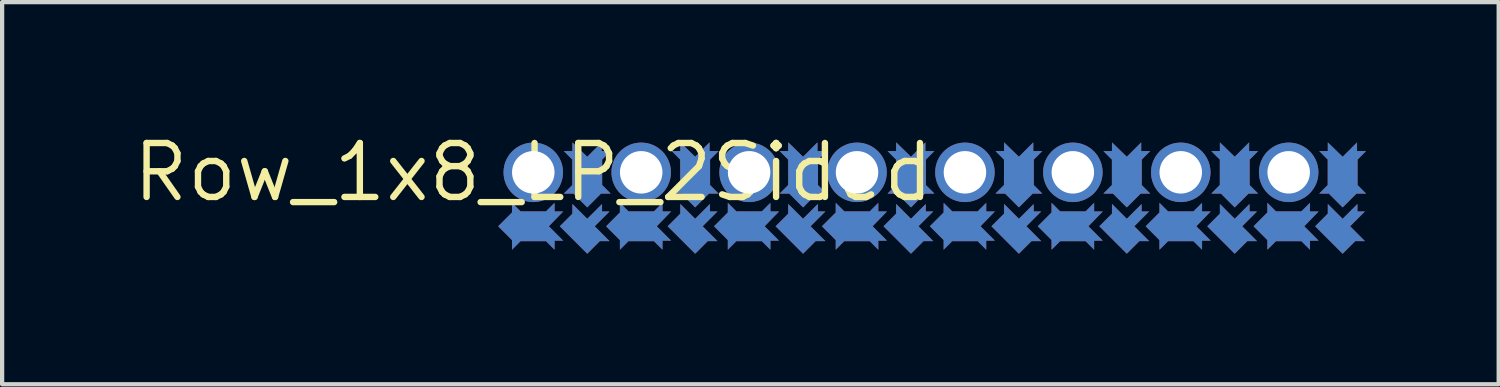
<source format=kicad_pcb>
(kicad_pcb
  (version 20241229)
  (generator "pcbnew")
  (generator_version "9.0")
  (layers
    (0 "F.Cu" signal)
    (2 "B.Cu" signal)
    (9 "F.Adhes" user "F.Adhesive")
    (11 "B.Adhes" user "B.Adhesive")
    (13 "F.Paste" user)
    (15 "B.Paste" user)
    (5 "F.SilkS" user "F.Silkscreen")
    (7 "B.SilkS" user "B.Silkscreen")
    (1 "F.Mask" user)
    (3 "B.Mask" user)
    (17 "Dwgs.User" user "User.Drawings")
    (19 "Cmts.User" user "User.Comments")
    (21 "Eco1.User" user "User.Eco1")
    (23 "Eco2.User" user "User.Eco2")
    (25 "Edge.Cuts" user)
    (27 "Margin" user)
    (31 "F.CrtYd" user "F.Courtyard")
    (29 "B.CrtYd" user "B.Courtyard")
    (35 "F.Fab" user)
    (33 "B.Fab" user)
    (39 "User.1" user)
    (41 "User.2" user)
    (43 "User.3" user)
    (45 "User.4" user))
  (footprint "Row_1x8_LP_2Sided"
    (layer "F.Cu")
    (at 9.502 1.006)
    (property "Reference" "Row_1x8_LP_2Sided" (at 0 0 0) (layer "F.SilkS") (effects (font (size 1.27 1.27) (thickness 0.15))))
    (fp_poly (pts (xy 1.27 1.094) (xy 1.618 0.746) (xy 1.618 0.922) (xy 1.794 0.922) (xy 1.446 1.27) (xy 1.795 1.619) (xy 1.567 1.619) (xy 1.27 1.916) (xy 0.624 1.27) (xy 0.921 0.973) (xy 0.921 0.745)) (stroke (width 0) (type default)) (fill yes) (layer "F.Cu"))
    (fp_poly (pts (xy 3.81 1.094) (xy 4.158 0.746) (xy 4.158 0.922) (xy 4.334 0.922) (xy 3.986 1.27) (xy 4.335 1.619) (xy 4.107 1.619) (xy 3.81 1.916) (xy 3.164 1.27) (xy 3.461 0.973) (xy 3.461 0.745)) (stroke (width 0) (type default)) (fill yes) (layer "F.Cu"))
    (fp_poly (pts (xy 6.35 1.094) (xy 6.698 0.746) (xy 6.698 0.922) (xy 6.874 0.922) (xy 6.526 1.27) (xy 6.875 1.619) (xy 6.647 1.619) (xy 6.35 1.916) (xy 5.704 1.27) (xy 6.001 0.973) (xy 6.001 0.745)) (stroke (width 0) (type default)) (fill yes) (layer "F.Cu"))
    (fp_poly (pts (xy 8.89 1.094) (xy 9.238 0.746) (xy 9.238 0.922) (xy 9.414 0.922) (xy 9.066 1.27) (xy 9.415 1.619) (xy 9.187 1.619) (xy 8.89 1.916) (xy 8.244 1.27) (xy 8.541 0.973) (xy 8.541 0.745)) (stroke (width 0) (type default)) (fill yes) (layer "F.Cu"))
    (fp_poly (pts (xy 11.43 1.094) (xy 11.778 0.746) (xy 11.778 0.922) (xy 11.954 0.922) (xy 11.606 1.27) (xy 11.955 1.619) (xy 11.727 1.619) (xy 11.43 1.916) (xy 10.784 1.27) (xy 11.081 0.973) (xy 11.081 0.745)) (stroke (width 0) (type default)) (fill yes) (layer "F.Cu"))
    (fp_poly (pts (xy 13.97 1.094) (xy 14.318 0.746) (xy 14.318 0.922) (xy 14.494 0.922) (xy 14.146 1.27) (xy 14.495 1.619) (xy 14.267 1.619) (xy 13.97 1.916) (xy 13.324 1.27) (xy 13.621 0.973) (xy 13.621 0.745)) (stroke (width 0) (type default)) (fill yes) (layer "F.Cu"))
    (fp_poly (pts (xy 16.51 1.094) (xy 16.858 0.746) (xy 16.858 0.922) (xy 17.034 0.922) (xy 16.686 1.27) (xy 17.035 1.619) (xy 16.807 1.619) (xy 16.51 1.916) (xy 15.864 1.27) (xy 16.161 0.973) (xy 16.161 0.745)) (stroke (width 0) (type default)) (fill yes) (layer "F.Cu"))
    (fp_poly (pts (xy 19.05 1.094) (xy 19.398 0.746) (xy 19.398 0.922) (xy 19.574 0.922) (xy 19.226 1.27) (xy 19.575 1.619) (xy 19.347 1.619) (xy 19.05 1.916) (xy 18.404 1.27) (xy 18.701 0.973) (xy 18.701 0.745)) (stroke (width 0) (type default)) (fill yes) (layer "F.Cu"))
    (fp_poly (pts (xy 0.501 0.921) (xy 0.705 0.921) (xy 0.366 1.27) (xy 0.705 1.609) (xy 0.501 1.609) (xy 0.501 1.822) (xy 0.3 1.621) (xy -0.3 1.621) (xy -0.501 1.822) (xy -0.501 1.595) (xy -0.826 1.27) (xy -0.501 0.945) (xy -0.501 0.718) (xy -0.3 0.919) (xy 0.3 0.919) (xy 0.501 0.718)) (stroke (width 0) (type default)) (fill yes) (layer "F.Cu"))
    (fp_poly (pts (xy 1.609 -0.501) (xy 1.822 -0.501) (xy 1.621 -0.3) (xy 1.621 0.3) (xy 1.822 0.501) (xy 1.595 0.501) (xy 1.27 0.826) (xy 0.945 0.501) (xy 0.718 0.501) (xy 0.919 0.3) (xy 0.919 -0.3) (xy 0.718 -0.501) (xy 0.921 -0.501) (xy 0.921 -0.705) (xy 1.27 -0.366) (xy 1.609 -0.705)) (stroke (width 0) (type default)) (fill yes) (layer "F.Cu"))
    (fp_poly (pts (xy 3.041 0.921) (xy 3.245 0.921) (xy 2.906 1.27) (xy 3.245 1.609) (xy 3.041 1.609) (xy 3.041 1.822) (xy 2.84 1.621) (xy 2.24 1.621) (xy 2.039 1.822) (xy 2.039 1.595) (xy 1.714 1.27) (xy 2.039 0.945) (xy 2.039 0.718) (xy 2.24 0.919) (xy 2.84 0.919) (xy 3.041 0.718)) (stroke (width 0) (type default)) (fill yes) (layer "F.Cu"))
    (fp_poly (pts (xy 4.149 -0.501) (xy 4.362 -0.501) (xy 4.161 -0.3) (xy 4.161 0.3) (xy 4.362 0.501) (xy 4.135 0.501) (xy 3.81 0.826) (xy 3.485 0.501) (xy 3.258 0.501) (xy 3.459 0.3) (xy 3.459 -0.3) (xy 3.258 -0.501) (xy 3.461 -0.501) (xy 3.461 -0.705) (xy 3.81 -0.366) (xy 4.149 -0.705)) (stroke (width 0) (type default)) (fill yes) (layer "F.Cu"))
    (fp_poly (pts (xy 5.581 0.921) (xy 5.785 0.921) (xy 5.446 1.27) (xy 5.785 1.609) (xy 5.581 1.609) (xy 5.581 1.822) (xy 5.38 1.621) (xy 4.78 1.621) (xy 4.579 1.822) (xy 4.579 1.595) (xy 4.254 1.27) (xy 4.579 0.945) (xy 4.579 0.718) (xy 4.78 0.919) (xy 5.38 0.919) (xy 5.581 0.718)) (stroke (width 0) (type default)) (fill yes) (layer "F.Cu"))
    (fp_poly (pts (xy 6.689 -0.501) (xy 6.902 -0.501) (xy 6.701 -0.3) (xy 6.701 0.3) (xy 6.902 0.501) (xy 6.675 0.501) (xy 6.35 0.826) (xy 6.025 0.501) (xy 5.798 0.501) (xy 5.999 0.3) (xy 5.999 -0.3) (xy 5.798 -0.501) (xy 6.001 -0.501) (xy 6.001 -0.705) (xy 6.35 -0.366) (xy 6.689 -0.705)) (stroke (width 0) (type default)) (fill yes) (layer "F.Cu"))
    (fp_poly (pts (xy 8.121 0.921) (xy 8.325 0.921) (xy 7.986 1.27) (xy 8.325 1.609) (xy 8.121 1.609) (xy 8.121 1.822) (xy 7.92 1.621) (xy 7.32 1.621) (xy 7.119 1.822) (xy 7.119 1.595) (xy 6.794 1.27) (xy 7.119 0.945) (xy 7.119 0.718) (xy 7.32 0.919) (xy 7.92 0.919) (xy 8.121 0.718)) (stroke (width 0) (type default)) (fill yes) (layer "F.Cu"))
    (fp_poly (pts (xy 9.229 -0.501) (xy 9.442 -0.501) (xy 9.241 -0.3) (xy 9.241 0.3) (xy 9.442 0.501) (xy 9.215 0.501) (xy 8.89 0.826) (xy 8.565 0.501) (xy 8.338 0.501) (xy 8.539 0.3) (xy 8.539 -0.3) (xy 8.338 -0.501) (xy 8.541 -0.501) (xy 8.541 -0.705) (xy 8.89 -0.366) (xy 9.229 -0.705)) (stroke (width 0) (type default)) (fill yes) (layer "F.Cu"))
    (fp_poly (pts (xy 10.661 0.921) (xy 10.865 0.921) (xy 10.526 1.27) (xy 10.865 1.609) (xy 10.661 1.609) (xy 10.661 1.822) (xy 10.46 1.621) (xy 9.86 1.621) (xy 9.659 1.822) (xy 9.659 1.595) (xy 9.334 1.27) (xy 9.659 0.945) (xy 9.659 0.718) (xy 9.86 0.919) (xy 10.46 0.919) (xy 10.661 0.718)) (stroke (width 0) (type default)) (fill yes) (layer "F.Cu"))
    (fp_poly (pts (xy 11.769 -0.501) (xy 11.982 -0.501) (xy 11.781 -0.3) (xy 11.781 0.3) (xy 11.982 0.501) (xy 11.755 0.501) (xy 11.43 0.826) (xy 11.105 0.501) (xy 10.878 0.501) (xy 11.079 0.3) (xy 11.079 -0.3) (xy 10.878 -0.501) (xy 11.081 -0.501) (xy 11.081 -0.705) (xy 11.43 -0.366) (xy 11.769 -0.705)) (stroke (width 0) (type default)) (fill yes) (layer "F.Cu"))
    (fp_poly (pts (xy 13.201 0.921) (xy 13.405 0.921) (xy 13.066 1.27) (xy 13.405 1.609) (xy 13.201 1.609) (xy 13.201 1.822) (xy 13 1.621) (xy 12.4 1.621) (xy 12.199 1.822) (xy 12.199 1.595) (xy 11.874 1.27) (xy 12.199 0.945) (xy 12.199 0.718) (xy 12.4 0.919) (xy 13 0.919) (xy 13.201 0.718)) (stroke (width 0) (type default)) (fill yes) (layer "F.Cu"))
    (fp_poly (pts (xy 14.309 -0.501) (xy 14.522 -0.501) (xy 14.321 -0.3) (xy 14.321 0.3) (xy 14.522 0.501) (xy 14.295 0.501) (xy 13.97 0.826) (xy 13.645 0.501) (xy 13.418 0.501) (xy 13.619 0.3) (xy 13.619 -0.3) (xy 13.418 -0.501) (xy 13.621 -0.501) (xy 13.621 -0.705) (xy 13.97 -0.366) (xy 14.309 -0.705)) (stroke (width 0) (type default)) (fill yes) (layer "F.Cu"))
    (fp_poly (pts (xy 15.741 0.921) (xy 15.945 0.921) (xy 15.606 1.27) (xy 15.945 1.609) (xy 15.741 1.609) (xy 15.741 1.822) (xy 15.54 1.621) (xy 14.94 1.621) (xy 14.739 1.822) (xy 14.739 1.595) (xy 14.414 1.27) (xy 14.739 0.945) (xy 14.739 0.718) (xy 14.94 0.919) (xy 15.54 0.919) (xy 15.741 0.718)) (stroke (width 0) (type default)) (fill yes) (layer "F.Cu"))
    (fp_poly (pts (xy 16.849 -0.501) (xy 17.062 -0.501) (xy 16.861 -0.3) (xy 16.861 0.3) (xy 17.062 0.501) (xy 16.835 0.501) (xy 16.51 0.826) (xy 16.185 0.501) (xy 15.958 0.501) (xy 16.159 0.3) (xy 16.159 -0.3) (xy 15.958 -0.501) (xy 16.161 -0.501) (xy 16.161 -0.705) (xy 16.51 -0.366) (xy 16.849 -0.705)) (stroke (width 0) (type default)) (fill yes) (layer "F.Cu"))
    (fp_poly (pts (xy 18.281 0.921) (xy 18.485 0.921) (xy 18.146 1.27) (xy 18.485 1.609) (xy 18.281 1.609) (xy 18.281 1.822) (xy 18.08 1.621) (xy 17.48 1.621) (xy 17.279 1.822) (xy 17.279 1.595) (xy 16.954 1.27) (xy 17.279 0.945) (xy 17.279 0.718) (xy 17.48 0.919) (xy 18.08 0.919) (xy 18.281 0.718)) (stroke (width 0) (type default)) (fill yes) (layer "F.Cu"))
    (fp_poly (pts (xy 19.389 -0.501) (xy 19.602 -0.501) (xy 19.401 -0.3) (xy 19.401 0.3) (xy 19.602 0.501) (xy 19.375 0.501) (xy 19.05 0.826) (xy 18.725 0.501) (xy 18.498 0.501) (xy 18.699 0.3) (xy 18.699 -0.3) (xy 18.498 -0.501) (xy 18.701 -0.501) (xy 18.701 -0.705) (xy 19.05 -0.366) (xy 19.389 -0.705)) (stroke (width 0) (type default)) (fill yes) (layer "F.Cu"))
    (fp_poly (pts (xy 1.27 1.023) (xy 1.668 0.625) (xy 1.668 0.872) (xy 1.915 0.872) (xy 1.517 1.27) (xy 1.916 1.669) (xy 1.588 1.669) (xy 1.27 1.987) (xy 0.553 1.27) (xy 0.871 0.952) (xy 0.871 0.624)) (stroke (width 0) (type default)) (fill yes) (layer "F.Mask"))
    (fp_poly (pts (xy 3.81 1.023) (xy 4.208 0.625) (xy 4.208 0.872) (xy 4.455 0.872) (xy 4.057 1.27) (xy 4.456 1.669) (xy 4.128 1.669) (xy 3.81 1.987) (xy 3.093 1.27) (xy 3.411 0.952) (xy 3.411 0.624)) (stroke (width 0) (type default)) (fill yes) (layer "F.Mask"))
    (fp_poly (pts (xy 6.35 1.023) (xy 6.748 0.625) (xy 6.748 0.872) (xy 6.995 0.872) (xy 6.597 1.27) (xy 6.996 1.669) (xy 6.668 1.669) (xy 6.35 1.987) (xy 5.633 1.27) (xy 5.951 0.952) (xy 5.951 0.624)) (stroke (width 0) (type default)) (fill yes) (layer "F.Mask"))
    (fp_poly (pts (xy 8.89 1.023) (xy 9.288 0.625) (xy 9.288 0.872) (xy 9.535 0.872) (xy 9.137 1.27) (xy 9.536 1.669) (xy 9.208 1.669) (xy 8.89 1.987) (xy 8.173 1.27) (xy 8.491 0.952) (xy 8.491 0.624)) (stroke (width 0) (type default)) (fill yes) (layer "F.Mask"))
    (fp_poly (pts (xy 11.43 1.023) (xy 11.828 0.625) (xy 11.828 0.872) (xy 12.075 0.872) (xy 11.677 1.27) (xy 12.076 1.669) (xy 11.748 1.669) (xy 11.43 1.987) (xy 10.713 1.27) (xy 11.031 0.952) (xy 11.031 0.624)) (stroke (width 0) (type default)) (fill yes) (layer "F.Mask"))
    (fp_poly (pts (xy 13.97 1.023) (xy 14.368 0.625) (xy 14.368 0.872) (xy 14.615 0.872) (xy 14.217 1.27) (xy 14.616 1.669) (xy 14.288 1.669) (xy 13.97 1.987) (xy 13.253 1.27) (xy 13.571 0.952) (xy 13.571 0.624)) (stroke (width 0) (type default)) (fill yes) (layer "F.Mask"))
    (fp_poly (pts (xy 16.51 1.023) (xy 16.908 0.625) (xy 16.908 0.872) (xy 17.155 0.872) (xy 16.757 1.27) (xy 17.156 1.669) (xy 16.828 1.669) (xy 16.51 1.987) (xy 15.793 1.27) (xy 16.111 0.952) (xy 16.111 0.624)) (stroke (width 0) (type default)) (fill yes) (layer "F.Mask"))
    (fp_poly (pts (xy 19.05 1.023) (xy 19.448 0.625) (xy 19.448 0.872) (xy 19.695 0.872) (xy 19.297 1.27) (xy 19.696 1.669) (xy 19.368 1.669) (xy 19.05 1.987) (xy 18.333 1.27) (xy 18.651 0.952) (xy 18.651 0.624)) (stroke (width 0) (type default)) (fill yes) (layer "F.Mask"))
    (fp_poly (pts (xy 0.551 0.871) (xy 0.823 0.871) (xy 0.436 1.269) (xy 0.826 1.659) (xy 0.551 1.659) (xy 0.551 1.943) (xy 0.279 1.671) (xy -0.279 1.671) (xy -0.551 1.943) (xy -0.551 1.616) (xy -0.897 1.27) (xy -0.551 0.924) (xy -0.551 0.597) (xy -0.279 0.869) (xy 0.279 0.869) (xy 0.551 0.597)) (stroke (width 0) (type default)) (fill yes) (layer "F.Mask"))
    (fp_poly (pts (xy 1.659 -0.551) (xy 1.943 -0.551) (xy 1.671 -0.279) (xy 1.671 0.279) (xy 1.943 0.551) (xy 1.616 0.551) (xy 1.27 0.897) (xy 0.924 0.551) (xy 0.597 0.551) (xy 0.869 0.279) (xy 0.869 -0.279) (xy 0.597 -0.551) (xy 0.871 -0.551) (xy 0.871 -0.823) (xy 1.269 -0.436) (xy 1.659 -0.826)) (stroke (width 0) (type default)) (fill yes) (layer "F.Mask"))
    (fp_poly (pts (xy 3.091 0.871) (xy 3.363 0.871) (xy 2.976 1.269) (xy 3.366 1.659) (xy 3.091 1.659) (xy 3.091 1.943) (xy 2.819 1.671) (xy 2.261 1.671) (xy 1.989 1.943) (xy 1.989 1.616) (xy 1.643 1.27) (xy 1.989 0.924) (xy 1.989 0.597) (xy 2.261 0.869) (xy 2.819 0.869) (xy 3.091 0.597)) (stroke (width 0) (type default)) (fill yes) (layer "F.Mask"))
    (fp_poly (pts (xy 4.199 -0.551) (xy 4.483 -0.551) (xy 4.211 -0.279) (xy 4.211 0.279) (xy 4.483 0.551) (xy 4.156 0.551) (xy 3.81 0.897) (xy 3.464 0.551) (xy 3.137 0.551) (xy 3.409 0.279) (xy 3.409 -0.279) (xy 3.137 -0.551) (xy 3.411 -0.551) (xy 3.411 -0.823) (xy 3.81 -0.436) (xy 4.199 -0.826)) (stroke (width 0) (type default)) (fill yes) (layer "F.Mask"))
    (fp_poly (pts (xy 5.631 0.871) (xy 5.903 0.871) (xy 5.516 1.269) (xy 5.906 1.659) (xy 5.631 1.659) (xy 5.631 1.943) (xy 5.359 1.671) (xy 4.801 1.671) (xy 4.529 1.943) (xy 4.529 1.616) (xy 4.183 1.27) (xy 4.529 0.924) (xy 4.529 0.597) (xy 4.801 0.869) (xy 5.359 0.869) (xy 5.631 0.597)) (stroke (width 0) (type default)) (fill yes) (layer "F.Mask"))
    (fp_poly (pts (xy 6.739 -0.551) (xy 7.023 -0.551) (xy 6.751 -0.279) (xy 6.751 0.279) (xy 7.023 0.551) (xy 6.696 0.551) (xy 6.35 0.897) (xy 6.004 0.551) (xy 5.677 0.551) (xy 5.949 0.279) (xy 5.949 -0.279) (xy 5.677 -0.551) (xy 5.951 -0.551) (xy 5.951 -0.823) (xy 6.35 -0.436) (xy 6.739 -0.826)) (stroke (width 0) (type default)) (fill yes) (layer "F.Mask"))
    (fp_poly (pts (xy 8.171 0.871) (xy 8.443 0.871) (xy 8.056 1.269) (xy 8.446 1.659) (xy 8.171 1.659) (xy 8.171 1.943) (xy 7.899 1.671) (xy 7.341 1.671) (xy 7.069 1.943) (xy 7.069 1.616) (xy 6.723 1.27) (xy 7.069 0.924) (xy 7.069 0.597) (xy 7.341 0.869) (xy 7.899 0.869) (xy 8.171 0.597)) (stroke (width 0) (type default)) (fill yes) (layer "F.Mask"))
    (fp_poly (pts (xy 9.279 -0.551) (xy 9.563 -0.551) (xy 9.291 -0.279) (xy 9.291 0.279) (xy 9.563 0.551) (xy 9.236 0.551) (xy 8.89 0.897) (xy 8.544 0.551) (xy 8.217 0.551) (xy 8.489 0.279) (xy 8.489 -0.279) (xy 8.217 -0.551) (xy 8.491 -0.551) (xy 8.491 -0.823) (xy 8.889 -0.436) (xy 9.279 -0.826)) (stroke (width 0) (type default)) (fill yes) (layer "F.Mask"))
    (fp_poly (pts (xy 10.711 0.871) (xy 10.983 0.871) (xy 10.596 1.269) (xy 10.986 1.659) (xy 10.711 1.659) (xy 10.711 1.943) (xy 10.439 1.671) (xy 9.881 1.671) (xy 9.609 1.943) (xy 9.609 1.616) (xy 9.263 1.27) (xy 9.609 0.924) (xy 9.609 0.597) (xy 9.881 0.869) (xy 10.439 0.869) (xy 10.711 0.597)) (stroke (width 0) (type default)) (fill yes) (layer "F.Mask"))
    (fp_poly (pts (xy 11.819 -0.551) (xy 12.103 -0.551) (xy 11.831 -0.279) (xy 11.831 0.279) (xy 12.103 0.551) (xy 11.776 0.551) (xy 11.43 0.897) (xy 11.084 0.551) (xy 10.757 0.551) (xy 11.029 0.279) (xy 11.029 -0.279) (xy 10.757 -0.551) (xy 11.031 -0.551) (xy 11.031 -0.823) (xy 11.43 -0.436) (xy 11.819 -0.826)) (stroke (width 0) (type default)) (fill yes) (layer "F.Mask"))
    (fp_poly (pts (xy 13.251 0.871) (xy 13.523 0.871) (xy 13.136 1.269) (xy 13.526 1.659) (xy 13.251 1.659) (xy 13.251 1.943) (xy 12.979 1.671) (xy 12.421 1.671) (xy 12.149 1.943) (xy 12.149 1.616) (xy 11.803 1.27) (xy 12.149 0.924) (xy 12.149 0.597) (xy 12.421 0.869) (xy 12.979 0.869) (xy 13.251 0.597)) (stroke (width 0) (type default)) (fill yes) (layer "F.Mask"))
    (fp_poly (pts (xy 14.359 -0.551) (xy 14.643 -0.551) (xy 14.371 -0.279) (xy 14.371 0.279) (xy 14.643 0.551) (xy 14.316 0.551) (xy 13.97 0.897) (xy 13.624 0.551) (xy 13.297 0.551) (xy 13.569 0.279) (xy 13.569 -0.279) (xy 13.297 -0.551) (xy 13.571 -0.551) (xy 13.571 -0.823) (xy 13.97 -0.436) (xy 14.359 -0.826)) (stroke (width 0) (type default)) (fill yes) (layer "F.Mask"))
    (fp_poly (pts (xy 15.791 0.871) (xy 16.063 0.871) (xy 15.676 1.269) (xy 16.066 1.659) (xy 15.791 1.659) (xy 15.791 1.943) (xy 15.519 1.671) (xy 14.961 1.671) (xy 14.689 1.943) (xy 14.689 1.616) (xy 14.343 1.27) (xy 14.689 0.924) (xy 14.689 0.597) (xy 14.961 0.869) (xy 15.519 0.869) (xy 15.791 0.597)) (stroke (width 0) (type default)) (fill yes) (layer "F.Mask"))
    (fp_poly (pts (xy 16.899 -0.551) (xy 17.183 -0.551) (xy 16.911 -0.279) (xy 16.911 0.279) (xy 17.183 0.551) (xy 16.856 0.551) (xy 16.51 0.897) (xy 16.164 0.551) (xy 15.837 0.551) (xy 16.109 0.279) (xy 16.109 -0.279) (xy 15.837 -0.551) (xy 16.111 -0.551) (xy 16.111 -0.823) (xy 16.51 -0.436) (xy 16.899 -0.826)) (stroke (width 0) (type default)) (fill yes) (layer "F.Mask"))
    (fp_poly (pts (xy 18.331 0.871) (xy 18.603 0.871) (xy 18.216 1.269) (xy 18.606 1.659) (xy 18.331 1.659) (xy 18.331 1.943) (xy 18.059 1.671) (xy 17.501 1.671) (xy 17.229 1.943) (xy 17.229 1.616) (xy 16.883 1.27) (xy 17.229 0.924) (xy 17.229 0.597) (xy 17.501 0.869) (xy 18.059 0.869) (xy 18.331 0.597)) (stroke (width 0) (type default)) (fill yes) (layer "F.Mask"))
    (fp_poly (pts (xy 19.439 -0.551) (xy 19.723 -0.551) (xy 19.451 -0.279) (xy 19.451 0.279) (xy 19.723 0.551) (xy 19.396 0.551) (xy 19.05 0.897) (xy 18.704 0.551) (xy 18.377 0.551) (xy 18.649 0.279) (xy 18.649 -0.279) (xy 18.377 -0.551) (xy 18.651 -0.551) (xy 18.651 -0.823) (xy 19.049 -0.436) (xy 19.439 -0.826)) (stroke (width 0) (type default)) (fill yes) (layer "F.Mask"))
    (fp_poly (pts (xy 1.27 1.094) (xy 1.618 0.746) (xy 1.618 0.922) (xy 1.794 0.922) (xy 1.446 1.27) (xy 1.795 1.619) (xy 1.567 1.619) (xy 1.27 1.916) (xy 0.624 1.27) (xy 0.921 0.973) (xy 0.921 0.745)) (stroke (width 0) (type default)) (fill yes) (layer "B.Cu"))
    (fp_poly (pts (xy 3.81 1.094) (xy 4.158 0.746) (xy 4.158 0.922) (xy 4.334 0.922) (xy 3.986 1.27) (xy 4.335 1.619) (xy 4.107 1.619) (xy 3.81 1.916) (xy 3.164 1.27) (xy 3.461 0.973) (xy 3.461 0.745)) (stroke (width 0) (type default)) (fill yes) (layer "B.Cu"))
    (fp_poly (pts (xy 6.35 1.094) (xy 6.698 0.746) (xy 6.698 0.922) (xy 6.874 0.922) (xy 6.526 1.27) (xy 6.875 1.619) (xy 6.647 1.619) (xy 6.35 1.916) (xy 5.704 1.27) (xy 6.001 0.973) (xy 6.001 0.745)) (stroke (width 0) (type default)) (fill yes) (layer "B.Cu"))
    (fp_poly (pts (xy 8.89 1.094) (xy 9.238 0.746) (xy 9.238 0.922) (xy 9.414 0.922) (xy 9.066 1.27) (xy 9.415 1.619) (xy 9.187 1.619) (xy 8.89 1.916) (xy 8.244 1.27) (xy 8.541 0.973) (xy 8.541 0.745)) (stroke (width 0) (type default)) (fill yes) (layer "B.Cu"))
    (fp_poly (pts (xy 11.43 1.094) (xy 11.778 0.746) (xy 11.778 0.922) (xy 11.954 0.922) (xy 11.606 1.27) (xy 11.955 1.619) (xy 11.727 1.619) (xy 11.43 1.916) (xy 10.784 1.27) (xy 11.081 0.973) (xy 11.081 0.745)) (stroke (width 0) (type default)) (fill yes) (layer "B.Cu"))
    (fp_poly (pts (xy 13.97 1.094) (xy 14.318 0.746) (xy 14.318 0.922) (xy 14.494 0.922) (xy 14.146 1.27) (xy 14.495 1.619) (xy 14.267 1.619) (xy 13.97 1.916) (xy 13.324 1.27) (xy 13.621 0.973) (xy 13.621 0.745)) (stroke (width 0) (type default)) (fill yes) (layer "B.Cu"))
    (fp_poly (pts (xy 16.51 1.094) (xy 16.858 0.746) (xy 16.858 0.922) (xy 17.034 0.922) (xy 16.686 1.27) (xy 17.035 1.619) (xy 16.807 1.619) (xy 16.51 1.916) (xy 15.864 1.27) (xy 16.161 0.973) (xy 16.161 0.745)) (stroke (width 0) (type default)) (fill yes) (layer "B.Cu"))
    (fp_poly (pts (xy 19.05 1.094) (xy 19.398 0.746) (xy 19.398 0.922) (xy 19.574 0.922) (xy 19.226 1.27) (xy 19.575 1.619) (xy 19.347 1.619) (xy 19.05 1.916) (xy 18.404 1.27) (xy 18.701 0.973) (xy 18.701 0.745)) (stroke (width 0) (type default)) (fill yes) (layer "B.Cu"))
    (fp_poly (pts (xy 0.501 0.921) (xy 0.705 0.921) (xy 0.366 1.27) (xy 0.705 1.609) (xy 0.501 1.609) (xy 0.501 1.822) (xy 0.3 1.621) (xy -0.3 1.621) (xy -0.501 1.822) (xy -0.501 1.595) (xy -0.826 1.27) (xy -0.501 0.945) (xy -0.501 0.718) (xy -0.3 0.919) (xy 0.3 0.919) (xy 0.501 0.718)) (stroke (width 0) (type default)) (fill yes) (layer "B.Cu"))
    (fp_poly (pts (xy 1.609 -0.501) (xy 1.822 -0.501) (xy 1.621 -0.3) (xy 1.621 0.3) (xy 1.822 0.501) (xy 1.595 0.501) (xy 1.27 0.826) (xy 0.945 0.501) (xy 0.718 0.501) (xy 0.919 0.3) (xy 0.919 -0.3) (xy 0.718 -0.501) (xy 0.921 -0.501) (xy 0.921 -0.705) (xy 1.27 -0.366) (xy 1.609 -0.705)) (stroke (width 0) (type default)) (fill yes) (layer "B.Cu"))
    (fp_poly (pts (xy 3.041 0.921) (xy 3.245 0.921) (xy 2.906 1.27) (xy 3.245 1.609) (xy 3.041 1.609) (xy 3.041 1.822) (xy 2.84 1.621) (xy 2.24 1.621) (xy 2.039 1.822) (xy 2.039 1.595) (xy 1.714 1.27) (xy 2.039 0.945) (xy 2.039 0.718) (xy 2.24 0.919) (xy 2.84 0.919) (xy 3.041 0.718)) (stroke (width 0) (type default)) (fill yes) (layer "B.Cu"))
    (fp_poly (pts (xy 4.149 -0.501) (xy 4.362 -0.501) (xy 4.161 -0.3) (xy 4.161 0.3) (xy 4.362 0.501) (xy 4.135 0.501) (xy 3.81 0.826) (xy 3.485 0.501) (xy 3.258 0.501) (xy 3.459 0.3) (xy 3.459 -0.3) (xy 3.258 -0.501) (xy 3.461 -0.501) (xy 3.461 -0.705) (xy 3.81 -0.366) (xy 4.149 -0.705)) (stroke (width 0) (type default)) (fill yes) (layer "B.Cu"))
    (fp_poly (pts (xy 5.581 0.921) (xy 5.785 0.921) (xy 5.446 1.27) (xy 5.785 1.609) (xy 5.581 1.609) (xy 5.581 1.822) (xy 5.38 1.621) (xy 4.78 1.621) (xy 4.579 1.822) (xy 4.579 1.595) (xy 4.254 1.27) (xy 4.579 0.945) (xy 4.579 0.718) (xy 4.78 0.919) (xy 5.38 0.919) (xy 5.581 0.718)) (stroke (width 0) (type default)) (fill yes) (layer "B.Cu"))
    (fp_poly (pts (xy 6.689 -0.501) (xy 6.902 -0.501) (xy 6.701 -0.3) (xy 6.701 0.3) (xy 6.902 0.501) (xy 6.675 0.501) (xy 6.35 0.826) (xy 6.025 0.501) (xy 5.798 0.501) (xy 5.999 0.3) (xy 5.999 -0.3) (xy 5.798 -0.501) (xy 6.001 -0.501) (xy 6.001 -0.705) (xy 6.35 -0.366) (xy 6.689 -0.705)) (stroke (width 0) (type default)) (fill yes) (layer "B.Cu"))
    (fp_poly (pts (xy 8.121 0.921) (xy 8.325 0.921) (xy 7.986 1.27) (xy 8.325 1.609) (xy 8.121 1.609) (xy 8.121 1.822) (xy 7.92 1.621) (xy 7.32 1.621) (xy 7.119 1.822) (xy 7.119 1.595) (xy 6.794 1.27) (xy 7.119 0.945) (xy 7.119 0.718) (xy 7.32 0.919) (xy 7.92 0.919) (xy 8.121 0.718)) (stroke (width 0) (type default)) (fill yes) (layer "B.Cu"))
    (fp_poly (pts (xy 9.229 -0.501) (xy 9.442 -0.501) (xy 9.241 -0.3) (xy 9.241 0.3) (xy 9.442 0.501) (xy 9.215 0.501) (xy 8.89 0.826) (xy 8.565 0.501) (xy 8.338 0.501) (xy 8.539 0.3) (xy 8.539 -0.3) (xy 8.338 -0.501) (xy 8.541 -0.501) (xy 8.541 -0.705) (xy 8.89 -0.366) (xy 9.229 -0.705)) (stroke (width 0) (type default)) (fill yes) (layer "B.Cu"))
    (fp_poly (pts (xy 10.661 0.921) (xy 10.865 0.921) (xy 10.526 1.27) (xy 10.865 1.609) (xy 10.661 1.609) (xy 10.661 1.822) (xy 10.46 1.621) (xy 9.86 1.621) (xy 9.659 1.822) (xy 9.659 1.595) (xy 9.334 1.27) (xy 9.659 0.945) (xy 9.659 0.718) (xy 9.86 0.919) (xy 10.46 0.919) (xy 10.661 0.718)) (stroke (width 0) (type default)) (fill yes) (layer "B.Cu"))
    (fp_poly (pts (xy 11.769 -0.501) (xy 11.982 -0.501) (xy 11.781 -0.3) (xy 11.781 0.3) (xy 11.982 0.501) (xy 11.755 0.501) (xy 11.43 0.826) (xy 11.105 0.501) (xy 10.878 0.501) (xy 11.079 0.3) (xy 11.079 -0.3) (xy 10.878 -0.501) (xy 11.081 -0.501) (xy 11.081 -0.705) (xy 11.43 -0.366) (xy 11.769 -0.705)) (stroke (width 0) (type default)) (fill yes) (layer "B.Cu"))
    (fp_poly (pts (xy 13.201 0.921) (xy 13.405 0.921) (xy 13.066 1.27) (xy 13.405 1.609) (xy 13.201 1.609) (xy 13.201 1.822) (xy 13 1.621) (xy 12.4 1.621) (xy 12.199 1.822) (xy 12.199 1.595) (xy 11.874 1.27) (xy 12.199 0.945) (xy 12.199 0.718) (xy 12.4 0.919) (xy 13 0.919) (xy 13.201 0.718)) (stroke (width 0) (type default)) (fill yes) (layer "B.Cu"))
    (fp_poly (pts (xy 14.309 -0.501) (xy 14.522 -0.501) (xy 14.321 -0.3) (xy 14.321 0.3) (xy 14.522 0.501) (xy 14.295 0.501) (xy 13.97 0.826) (xy 13.645 0.501) (xy 13.418 0.501) (xy 13.619 0.3) (xy 13.619 -0.3) (xy 13.418 -0.501) (xy 13.621 -0.501) (xy 13.621 -0.705) (xy 13.97 -0.366) (xy 14.309 -0.705)) (stroke (width 0) (type default)) (fill yes) (layer "B.Cu"))
    (fp_poly (pts (xy 15.741 0.921) (xy 15.945 0.921) (xy 15.606 1.27) (xy 15.945 1.609) (xy 15.741 1.609) (xy 15.741 1.822) (xy 15.54 1.621) (xy 14.94 1.621) (xy 14.739 1.822) (xy 14.739 1.595) (xy 14.414 1.27) (xy 14.739 0.945) (xy 14.739 0.718) (xy 14.94 0.919) (xy 15.54 0.919) (xy 15.741 0.718)) (stroke (width 0) (type default)) (fill yes) (layer "B.Cu"))
    (fp_poly (pts (xy 16.849 -0.501) (xy 17.062 -0.501) (xy 16.861 -0.3) (xy 16.861 0.3) (xy 17.062 0.501) (xy 16.835 0.501) (xy 16.51 0.826) (xy 16.185 0.501) (xy 15.958 0.501) (xy 16.159 0.3) (xy 16.159 -0.3) (xy 15.958 -0.501) (xy 16.161 -0.501) (xy 16.161 -0.705) (xy 16.51 -0.366) (xy 16.849 -0.705)) (stroke (width 0) (type default)) (fill yes) (layer "B.Cu"))
    (fp_poly (pts (xy 18.281 0.921) (xy 18.485 0.921) (xy 18.146 1.27) (xy 18.485 1.609) (xy 18.281 1.609) (xy 18.281 1.822) (xy 18.08 1.621) (xy 17.48 1.621) (xy 17.279 1.822) (xy 17.279 1.595) (xy 16.954 1.27) (xy 17.279 0.945) (xy 17.279 0.718) (xy 17.48 0.919) (xy 18.08 0.919) (xy 18.281 0.718)) (stroke (width 0) (type default)) (fill yes) (layer "B.Cu"))
    (fp_poly (pts (xy 19.389 -0.501) (xy 19.602 -0.501) (xy 19.401 -0.3) (xy 19.401 0.3) (xy 19.602 0.501) (xy 19.375 0.501) (xy 19.05 0.826) (xy 18.725 0.501) (xy 18.498 0.501) (xy 18.699 0.3) (xy 18.699 -0.3) (xy 18.498 -0.501) (xy 18.701 -0.501) (xy 18.701 -0.705) (xy 19.05 -0.366) (xy 19.389 -0.705)) (stroke (width 0) (type default)) (fill yes) (layer "B.Cu"))
    (fp_poly (pts (xy 1.27 1.023) (xy 1.668 0.625) (xy 1.668 0.872) (xy 1.915 0.872) (xy 1.517 1.27) (xy 1.916 1.669) (xy 1.588 1.669) (xy 1.27 1.987) (xy 0.553 1.27) (xy 0.871 0.952) (xy 0.871 0.624)) (stroke (width 0) (type default)) (fill yes) (layer "B.Mask"))
    (fp_poly (pts (xy 3.81 1.023) (xy 4.208 0.625) (xy 4.208 0.872) (xy 4.455 0.872) (xy 4.057 1.27) (xy 4.456 1.669) (xy 4.128 1.669) (xy 3.81 1.987) (xy 3.093 1.27) (xy 3.411 0.952) (xy 3.411 0.624)) (stroke (width 0) (type default)) (fill yes) (layer "B.Mask"))
    (fp_poly (pts (xy 6.35 1.023) (xy 6.748 0.625) (xy 6.748 0.872) (xy 6.995 0.872) (xy 6.597 1.27) (xy 6.996 1.669) (xy 6.668 1.669) (xy 6.35 1.987) (xy 5.633 1.27) (xy 5.951 0.952) (xy 5.951 0.624)) (stroke (width 0) (type default)) (fill yes) (layer "B.Mask"))
    (fp_poly (pts (xy 8.89 1.023) (xy 9.288 0.625) (xy 9.288 0.872) (xy 9.535 0.872) (xy 9.137 1.27) (xy 9.536 1.669) (xy 9.208 1.669) (xy 8.89 1.987) (xy 8.173 1.27) (xy 8.491 0.952) (xy 8.491 0.624)) (stroke (width 0) (type default)) (fill yes) (layer "B.Mask"))
    (fp_poly (pts (xy 11.43 1.023) (xy 11.828 0.625) (xy 11.828 0.872) (xy 12.075 0.872) (xy 11.677 1.27) (xy 12.076 1.669) (xy 11.748 1.669) (xy 11.43 1.987) (xy 10.713 1.27) (xy 11.031 0.952) (xy 11.031 0.624)) (stroke (width 0) (type default)) (fill yes) (layer "B.Mask"))
    (fp_poly (pts (xy 13.97 1.023) (xy 14.368 0.625) (xy 14.368 0.872) (xy 14.615 0.872) (xy 14.217 1.27) (xy 14.616 1.669) (xy 14.288 1.669) (xy 13.97 1.987) (xy 13.253 1.27) (xy 13.571 0.952) (xy 13.571 0.624)) (stroke (width 0) (type default)) (fill yes) (layer "B.Mask"))
    (fp_poly (pts (xy 16.51 1.023) (xy 16.908 0.625) (xy 16.908 0.872) (xy 17.155 0.872) (xy 16.757 1.27) (xy 17.156 1.669) (xy 16.828 1.669) (xy 16.51 1.987) (xy 15.793 1.27) (xy 16.111 0.952) (xy 16.111 0.624)) (stroke (width 0) (type default)) (fill yes) (layer "B.Mask"))
    (fp_poly (pts (xy 19.05 1.023) (xy 19.448 0.625) (xy 19.448 0.872) (xy 19.695 0.872) (xy 19.297 1.27) (xy 19.696 1.669) (xy 19.368 1.669) (xy 19.05 1.987) (xy 18.333 1.27) (xy 18.651 0.952) (xy 18.651 0.624)) (stroke (width 0) (type default)) (fill yes) (layer "B.Mask"))
    (fp_poly (pts (xy 0.551 0.871) (xy 0.823 0.871) (xy 0.436 1.269) (xy 0.826 1.659) (xy 0.551 1.659) (xy 0.551 1.943) (xy 0.279 1.671) (xy -0.279 1.671) (xy -0.551 1.943) (xy -0.551 1.616) (xy -0.897 1.27) (xy -0.551 0.924) (xy -0.551 0.597) (xy -0.279 0.869) (xy 0.279 0.869) (xy 0.551 0.597)) (stroke (width 0) (type default)) (fill yes) (layer "B.Mask"))
    (fp_poly (pts (xy 1.659 -0.551) (xy 1.943 -0.551) (xy 1.671 -0.279) (xy 1.671 0.279) (xy 1.943 0.551) (xy 1.616 0.551) (xy 1.27 0.897) (xy 0.924 0.551) (xy 0.597 0.551) (xy 0.869 0.279) (xy 0.869 -0.279) (xy 0.597 -0.551) (xy 0.871 -0.551) (xy 0.871 -0.823) (xy 1.269 -0.436) (xy 1.659 -0.826)) (stroke (width 0) (type default)) (fill yes) (layer "B.Mask"))
    (fp_poly (pts (xy 3.091 0.871) (xy 3.363 0.871) (xy 2.976 1.269) (xy 3.366 1.659) (xy 3.091 1.659) (xy 3.091 1.943) (xy 2.819 1.671) (xy 2.261 1.671) (xy 1.989 1.943) (xy 1.989 1.616) (xy 1.643 1.27) (xy 1.989 0.924) (xy 1.989 0.597) (xy 2.261 0.869) (xy 2.819 0.869) (xy 3.091 0.597)) (stroke (width 0) (type default)) (fill yes) (layer "B.Mask"))
    (fp_poly (pts (xy 4.199 -0.551) (xy 4.483 -0.551) (xy 4.211 -0.279) (xy 4.211 0.279) (xy 4.483 0.551) (xy 4.156 0.551) (xy 3.81 0.897) (xy 3.464 0.551) (xy 3.137 0.551) (xy 3.409 0.279) (xy 3.409 -0.279) (xy 3.137 -0.551) (xy 3.411 -0.551) (xy 3.411 -0.823) (xy 3.81 -0.436) (xy 4.199 -0.826)) (stroke (width 0) (type default)) (fill yes) (layer "B.Mask"))
    (fp_poly (pts (xy 5.631 0.871) (xy 5.903 0.871) (xy 5.516 1.269) (xy 5.906 1.659) (xy 5.631 1.659) (xy 5.631 1.943) (xy 5.359 1.671) (xy 4.801 1.671) (xy 4.529 1.943) (xy 4.529 1.616) (xy 4.183 1.27) (xy 4.529 0.924) (xy 4.529 0.597) (xy 4.801 0.869) (xy 5.359 0.869) (xy 5.631 0.597)) (stroke (width 0) (type default)) (fill yes) (layer "B.Mask"))
    (fp_poly (pts (xy 6.739 -0.551) (xy 7.023 -0.551) (xy 6.751 -0.279) (xy 6.751 0.279) (xy 7.023 0.551) (xy 6.696 0.551) (xy 6.35 0.897) (xy 6.004 0.551) (xy 5.677 0.551) (xy 5.949 0.279) (xy 5.949 -0.279) (xy 5.677 -0.551) (xy 5.951 -0.551) (xy 5.951 -0.823) (xy 6.35 -0.436) (xy 6.739 -0.826)) (stroke (width 0) (type default)) (fill yes) (layer "B.Mask"))
    (fp_poly (pts (xy 8.171 0.871) (xy 8.443 0.871) (xy 8.056 1.269) (xy 8.446 1.659) (xy 8.171 1.659) (xy 8.171 1.943) (xy 7.899 1.671) (xy 7.341 1.671) (xy 7.069 1.943) (xy 7.069 1.616) (xy 6.723 1.27) (xy 7.069 0.924) (xy 7.069 0.597) (xy 7.341 0.869) (xy 7.899 0.869) (xy 8.171 0.597)) (stroke (width 0) (type default)) (fill yes) (layer "B.Mask"))
    (fp_poly (pts (xy 9.279 -0.551) (xy 9.563 -0.551) (xy 9.291 -0.279) (xy 9.291 0.279) (xy 9.563 0.551) (xy 9.236 0.551) (xy 8.89 0.897) (xy 8.544 0.551) (xy 8.217 0.551) (xy 8.489 0.279) (xy 8.489 -0.279) (xy 8.217 -0.551) (xy 8.491 -0.551) (xy 8.491 -0.823) (xy 8.889 -0.436) (xy 9.279 -0.826)) (stroke (width 0) (type default)) (fill yes) (layer "B.Mask"))
    (fp_poly (pts (xy 10.711 0.871) (xy 10.983 0.871) (xy 10.596 1.269) (xy 10.986 1.659) (xy 10.711 1.659) (xy 10.711 1.943) (xy 10.439 1.671) (xy 9.881 1.671) (xy 9.609 1.943) (xy 9.609 1.616) (xy 9.263 1.27) (xy 9.609 0.924) (xy 9.609 0.597) (xy 9.881 0.869) (xy 10.439 0.869) (xy 10.711 0.597)) (stroke (width 0) (type default)) (fill yes) (layer "B.Mask"))
    (fp_poly (pts (xy 11.819 -0.551) (xy 12.103 -0.551) (xy 11.831 -0.279) (xy 11.831 0.279) (xy 12.103 0.551) (xy 11.776 0.551) (xy 11.43 0.897) (xy 11.084 0.551) (xy 10.757 0.551) (xy 11.029 0.279) (xy 11.029 -0.279) (xy 10.757 -0.551) (xy 11.031 -0.551) (xy 11.031 -0.823) (xy 11.43 -0.436) (xy 11.819 -0.826)) (stroke (width 0) (type default)) (fill yes) (layer "B.Mask"))
    (fp_poly (pts (xy 13.251 0.871) (xy 13.523 0.871) (xy 13.136 1.269) (xy 13.526 1.659) (xy 13.251 1.659) (xy 13.251 1.943) (xy 12.979 1.671) (xy 12.421 1.671) (xy 12.149 1.943) (xy 12.149 1.616) (xy 11.803 1.27) (xy 12.149 0.924) (xy 12.149 0.597) (xy 12.421 0.869) (xy 12.979 0.869) (xy 13.251 0.597)) (stroke (width 0) (type default)) (fill yes) (layer "B.Mask"))
    (fp_poly (pts (xy 14.359 -0.551) (xy 14.643 -0.551) (xy 14.371 -0.279) (xy 14.371 0.279) (xy 14.643 0.551) (xy 14.316 0.551) (xy 13.97 0.897) (xy 13.624 0.551) (xy 13.297 0.551) (xy 13.569 0.279) (xy 13.569 -0.279) (xy 13.297 -0.551) (xy 13.571 -0.551) (xy 13.571 -0.823) (xy 13.97 -0.436) (xy 14.359 -0.826)) (stroke (width 0) (type default)) (fill yes) (layer "B.Mask"))
    (fp_poly (pts (xy 15.791 0.871) (xy 16.063 0.871) (xy 15.676 1.269) (xy 16.066 1.659) (xy 15.791 1.659) (xy 15.791 1.943) (xy 15.519 1.671) (xy 14.961 1.671) (xy 14.689 1.943) (xy 14.689 1.616) (xy 14.343 1.27) (xy 14.689 0.924) (xy 14.689 0.597) (xy 14.961 0.869) (xy 15.519 0.869) (xy 15.791 0.597)) (stroke (width 0) (type default)) (fill yes) (layer "B.Mask"))
    (fp_poly (pts (xy 16.899 -0.551) (xy 17.183 -0.551) (xy 16.911 -0.279) (xy 16.911 0.279) (xy 17.183 0.551) (xy 16.856 0.551) (xy 16.51 0.897) (xy 16.164 0.551) (xy 15.837 0.551) (xy 16.109 0.279) (xy 16.109 -0.279) (xy 15.837 -0.551) (xy 16.111 -0.551) (xy 16.111 -0.823) (xy 16.51 -0.436) (xy 16.899 -0.826)) (stroke (width 0) (type default)) (fill yes) (layer "B.Mask"))
    (fp_poly (pts (xy 18.331 0.871) (xy 18.603 0.871) (xy 18.216 1.269) (xy 18.606 1.659) (xy 18.331 1.659) (xy 18.331 1.943) (xy 18.059 1.671) (xy 17.501 1.671) (xy 17.229 1.943) (xy 17.229 1.616) (xy 16.883 1.27) (xy 17.229 0.924) (xy 17.229 0.597) (xy 17.501 0.869) (xy 18.059 0.869) (xy 18.331 0.597)) (stroke (width 0) (type default)) (fill yes) (layer "B.Mask"))
    (fp_poly (pts (xy 19.439 -0.551) (xy 19.723 -0.551) (xy 19.451 -0.279) (xy 19.451 0.279) (xy 19.723 0.551) (xy 19.396 0.551) (xy 19.05 0.897) (xy 18.704 0.551) (xy 18.377 0.551) (xy 18.649 0.279) (xy 18.649 -0.279) (xy 18.377 -0.551) (xy 18.651 -0.551) (xy 18.651 -0.823) (xy 19.049 -0.436) (xy 19.439 -0.826)) (stroke (width 0) (type default)) (fill yes) (layer "B.Mask"))
    (pad "1" thru_hole circle (at 0 0) (size 1.4 1.4) (drill 1) (layers "*.Cu" "*.Mask"))
    (pad "2" thru_hole circle (at 2.54 0) (size 1.4 1.4) (drill 1) (layers "*.Cu" "*.Mask"))
    (pad "3" thru_hole circle (at 5.08 0) (size 1.4 1.4) (drill 1) (layers "*.Cu" "*.Mask"))
    (pad "4" thru_hole circle (at 7.62 0) (size 1.4 1.4) (drill 1) (layers "*.Cu" "*.Mask"))
    (pad "5" thru_hole circle (at 10.16 0) (size 1.4 1.4) (drill 1) (layers "*.Cu" "*.Mask"))
    (pad "6" thru_hole circle (at 12.7 0) (size 1.4 1.4) (drill 1) (layers "*.Cu" "*.Mask"))
    (pad "7" thru_hole circle (at 15.24 0) (size 1.4 1.4) (drill 1) (layers "*.Cu" "*.Mask"))
    (pad "8" thru_hole circle (at 17.78 0) (size 1.4 1.4) (drill 1) (layers "*.Cu" "*.Mask")))
  (gr_rect
    (start -3 -3)
    (end 32.225 5.994)
    (stroke (width 0.1) (type default))
    (fill no)
    (layer "Edge.Cuts")))
</source>
